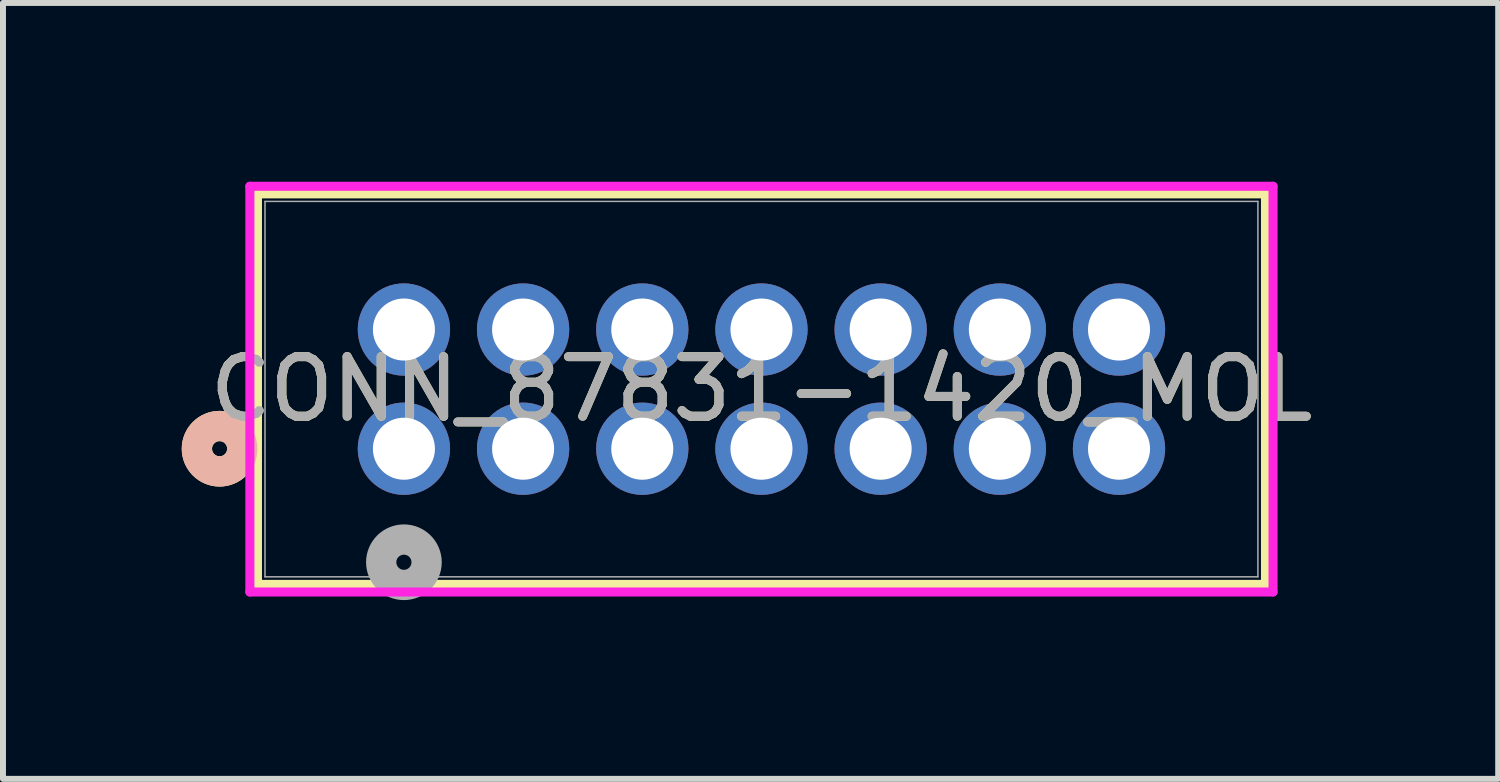
<source format=kicad_pcb>
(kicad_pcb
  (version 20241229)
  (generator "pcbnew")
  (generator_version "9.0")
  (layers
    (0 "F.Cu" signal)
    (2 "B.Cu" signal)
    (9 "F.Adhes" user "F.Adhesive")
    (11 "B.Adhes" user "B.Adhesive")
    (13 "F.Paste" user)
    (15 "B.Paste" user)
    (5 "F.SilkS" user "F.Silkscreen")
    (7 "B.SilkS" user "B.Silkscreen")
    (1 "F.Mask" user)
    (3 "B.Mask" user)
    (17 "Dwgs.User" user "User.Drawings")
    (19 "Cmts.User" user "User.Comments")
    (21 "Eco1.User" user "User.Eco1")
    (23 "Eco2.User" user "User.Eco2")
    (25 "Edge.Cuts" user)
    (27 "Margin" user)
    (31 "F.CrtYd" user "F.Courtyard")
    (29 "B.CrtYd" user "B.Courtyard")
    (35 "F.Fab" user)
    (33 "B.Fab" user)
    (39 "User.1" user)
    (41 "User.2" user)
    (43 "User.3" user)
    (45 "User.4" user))
  (footprint "CONN_87831-1420_MOL"
    (layer "F.Cu")
    (at 3.728 4.48)
    (property "Reference" "CONN_87831-1420_MOL" (at 6 -1 0) (unlocked yes) (layer "F.SilkS") (effects (font (size 1 1) (thickness 0.15))))
    (attr through_hole)
    (fp_line (start -2.458 -4.277) (end -2.458 2.277) (stroke (width 0.152) (type solid)) (layer "F.SilkS"))
    (fp_line (start -2.458 2.277) (end 14.458 2.277) (stroke (width 0.152) (type solid)) (layer "F.SilkS"))
    (fp_line (start 14.458 -4.277) (end -2.458 -4.277) (stroke (width 0.152) (type solid)) (layer "F.SilkS"))
    (fp_line (start 14.458 2.277) (end 14.458 -4.277) (stroke (width 0.152) (type solid)) (layer "F.SilkS"))
    (fp_circle (center -3.093 0) (end -2.712 0) (stroke (width 0.508) (type solid)) (fill no) (layer "F.SilkS"))
    (fp_circle (center -3.093 0) (end -2.712 0) (stroke (width 0.508) (type solid)) (fill no) (layer "B.SilkS"))
    (fp_line (start -2.585 -4.404) (end -2.585 2.404) (stroke (width 0.152) (type solid)) (layer "F.CrtYd"))
    (fp_line (start -2.585 2.404) (end 14.585 2.404) (stroke (width 0.152) (type solid)) (layer "F.CrtYd"))
    (fp_line (start 14.585 -4.404) (end -2.585 -4.404) (stroke (width 0.152) (type solid)) (layer "F.CrtYd"))
    (fp_line (start 14.585 2.404) (end 14.585 -4.404) (stroke (width 0.152) (type solid)) (layer "F.CrtYd"))
    (fp_line (start -2.331 -4.15) (end -2.331 2.15) (stroke (width 0.025) (type solid)) (layer "F.Fab"))
    (fp_line (start -2.331 2.15) (end 14.331 2.15) (stroke (width 0.025) (type solid)) (layer "F.Fab"))
    (fp_line (start 14.331 -4.15) (end -2.331 -4.15) (stroke (width 0.025) (type solid)) (layer "F.Fab"))
    (fp_line (start 14.331 2.15) (end 14.331 -4.15) (stroke (width 0.025) (type solid)) (layer "F.Fab"))
    (fp_circle (center 0 1.905) (end 0.381 1.905) (stroke (width 0.508) (type solid)) (fill no) (layer "F.Fab"))
    (fp_text user "${REFERENCE}" (at 6 -1 0) (unlocked yes) (layer "F.Fab") (effects (font (size 1 1) (thickness 0.15))))
    (pad "1" thru_hole circle (at 0 0) (size 1.549 1.549) (drill 1.041) (layers "*.Cu" "*.Mask"))
    (pad "2" thru_hole circle (at 0 -2) (size 1.549 1.549) (drill 1.041) (layers "*.Cu" "*.Mask"))
    (pad "3" thru_hole circle (at 2 0) (size 1.549 1.549) (drill 1.041) (layers "*.Cu" "*.Mask"))
    (pad "4" thru_hole circle (at 2 -2) (size 1.549 1.549) (drill 1.041) (layers "*.Cu" "*.Mask"))
    (pad "5" thru_hole circle (at 4 0) (size 1.549 1.549) (drill 1.041) (layers "*.Cu" "*.Mask"))
    (pad "6" thru_hole circle (at 4 -2) (size 1.549 1.549) (drill 1.041) (layers "*.Cu" "*.Mask"))
    (pad "7" thru_hole circle (at 6 0) (size 1.549 1.549) (drill 1.041) (layers "*.Cu" "*.Mask"))
    (pad "8" thru_hole circle (at 6 -2) (size 1.549 1.549) (drill 1.041) (layers "*.Cu" "*.Mask"))
    (pad "9" thru_hole circle (at 8 0) (size 1.549 1.549) (drill 1.041) (layers "*.Cu" "*.Mask"))
    (pad "10" thru_hole circle (at 8 -2) (size 1.549 1.549) (drill 1.041) (layers "*.Cu" "*.Mask"))
    (pad "11" thru_hole circle (at 10 0) (size 1.549 1.549) (drill 1.041) (layers "*.Cu" "*.Mask"))
    (pad "12" thru_hole circle (at 10 -2) (size 1.549 1.549) (drill 1.041) (layers "*.Cu" "*.Mask"))
    (pad "13" thru_hole circle (at 12 0) (size 1.549 1.549) (drill 1.041) (layers "*.Cu" "*.Mask"))
    (pad "14" thru_hole circle (at 12 -2) (size 1.549 1.549) (drill 1.041) (layers "*.Cu" "*.Mask")))
  (gr_rect
    (start -3 -3)
    (end 22.091 10.02)
    (stroke (width 0.1) (type default))
    (fill no)
    (layer "Edge.Cuts")))
</source>
